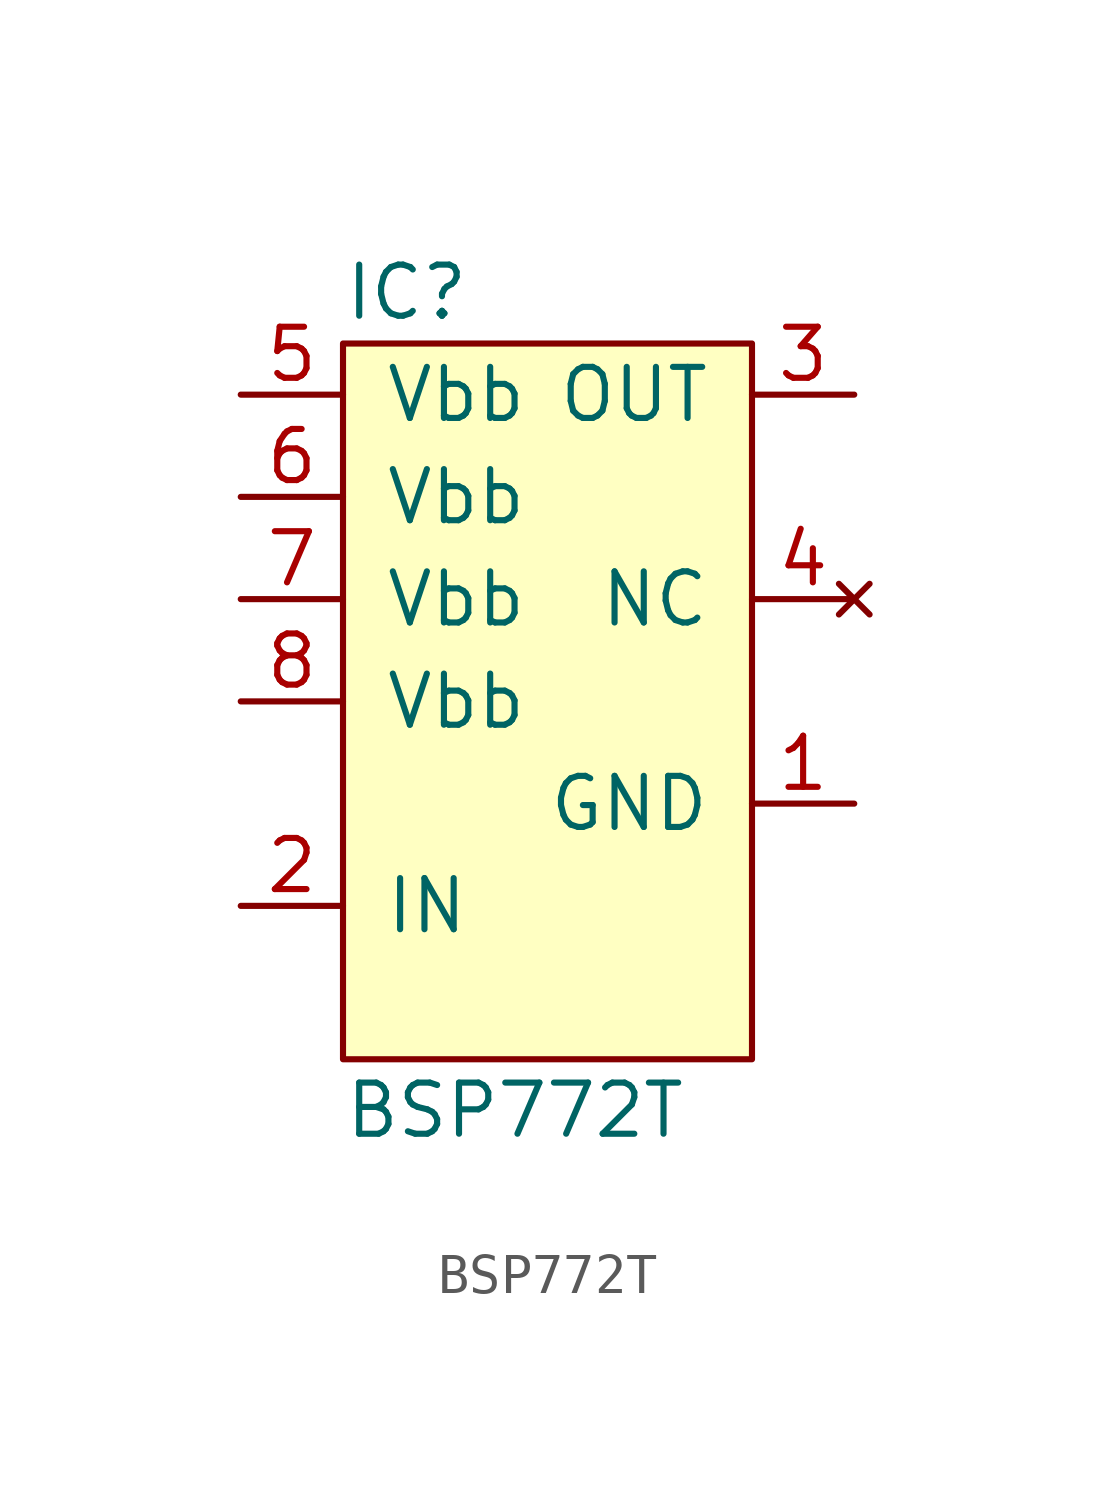
<source format=kicad_sym>
(kicad_symbol_lib
  (version 20211014)
  (generator agg_kicad.build_lib_ic)
  (symbol "BSP772T"
    (pin_names
      (offset 1.016))
    (property Reference IC
      (at -5.08 10.16 0)
      (effects (font (size 1.27 1.27)) (justify left)))
    (property Value "BSP772T"
      (at -5.08 -10.16 0)
      (effects (font (size 1.27 1.27)) (justify left)))
    (symbol "BSP772T_0_0"
      (rectangle (start -5.08 8.89) (end 5.08 -8.89) (stroke (width 0) (type default) (color 0 0 0 0)) (fill (type background)))
      (pin power_in line (at -7.62 7.62 0) (length 2.54) (name Vbb (effects (font (size 1.27 1.27)))) (number "5" (effects (font (size 1.27 1.27)))))
      (pin power_in line (at -7.62 5.08 0) (length 2.54) (name Vbb (effects (font (size 1.27 1.27)))) (number "6" (effects (font (size 1.27 1.27)))))
      (pin power_in line (at -7.62 2.54 0) (length 2.54) (name Vbb (effects (font (size 1.27 1.27)))) (number "7" (effects (font (size 1.27 1.27)))))
      (pin power_in line (at -7.62 0 0) (length 2.54) (name Vbb (effects (font (size 1.27 1.27)))) (number "8" (effects (font (size 1.27 1.27)))))
      (pin input line (at -7.62 -5.08 0) (length 2.54) (name IN (effects (font (size 1.27 1.27)))) (number "2" (effects (font (size 1.27 1.27)))))
      (pin power_out line (at 7.62 7.62 180) (length 2.54) (name OUT (effects (font (size 1.27 1.27)))) (number "3" (effects (font (size 1.27 1.27)))))
      (pin no_connect line (at 7.62 2.54 180) (length 2.54) (name NC (effects (font (size 1.27 1.27)))) (number "4" (effects (font (size 1.27 1.27)))))
      (pin power_in line (at 7.62 -2.54 180) (length 2.54) (name GND (effects (font (size 1.27 1.27)))) (number "1" (effects (font (size 1.27 1.27))))))))
</source>
